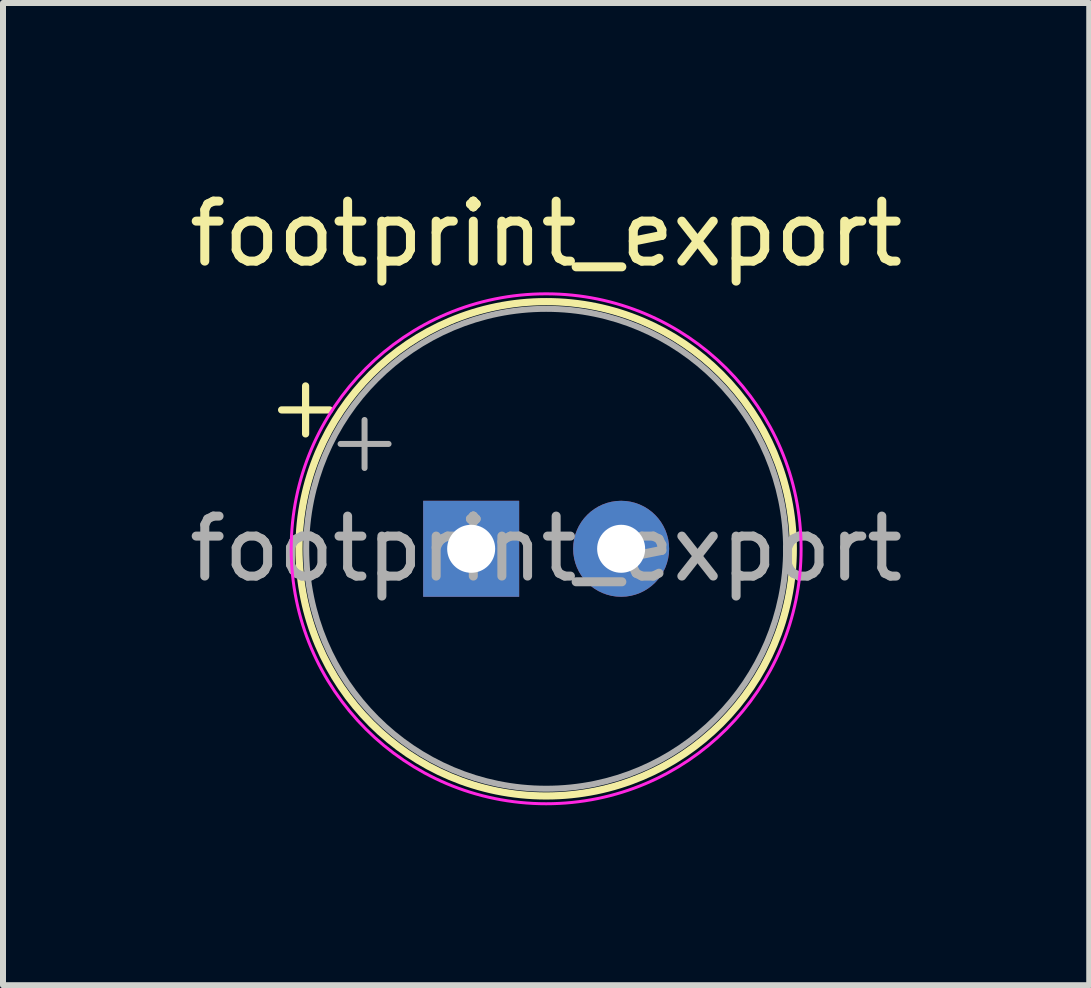
<source format=kicad_pcb>
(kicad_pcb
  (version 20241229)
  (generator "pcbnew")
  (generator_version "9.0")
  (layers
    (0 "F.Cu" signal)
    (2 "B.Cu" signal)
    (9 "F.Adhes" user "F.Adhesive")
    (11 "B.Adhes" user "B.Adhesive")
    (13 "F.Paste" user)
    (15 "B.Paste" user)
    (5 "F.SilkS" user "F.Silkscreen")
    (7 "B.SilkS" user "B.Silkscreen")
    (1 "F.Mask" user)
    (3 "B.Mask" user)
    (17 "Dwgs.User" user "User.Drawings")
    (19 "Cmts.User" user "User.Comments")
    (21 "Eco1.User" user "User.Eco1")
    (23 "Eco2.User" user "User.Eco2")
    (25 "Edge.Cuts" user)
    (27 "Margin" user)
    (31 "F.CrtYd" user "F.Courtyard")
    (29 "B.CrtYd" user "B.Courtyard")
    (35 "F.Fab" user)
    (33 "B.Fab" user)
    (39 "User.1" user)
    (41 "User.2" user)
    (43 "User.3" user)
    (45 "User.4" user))
  (footprint "footprint_export"
    (layer "F.Cu")
    (at 4.804 6.098)
    (property "Reference" "footprint_export" (at 1.25 -5.25 0) (layer "F.SilkS") (effects (font (size 1 1) (thickness 0.15))))
    (attr through_hole)
    (fp_line (start -3.16 -2.315) (end -2.36 -2.315) (stroke (width 0.12) (type solid)) (layer "F.SilkS"))
    (fp_line (start -2.76 -2.715) (end -2.76 -1.915) (stroke (width 0.12) (type solid)) (layer "F.SilkS"))
    (fp_circle (center 1.25 0) (end 5.37 0) (stroke (width 0.12) (type solid)) (fill no) (layer "F.SilkS"))
    (fp_circle (center 1.25 0) (end 5.5 0) (stroke (width 0.05) (type solid)) (fill no) (layer "F.CrtYd"))
    (fp_line (start -2.177 -1.748) (end -1.377 -1.748) (stroke (width 0.1) (type solid)) (layer "F.Fab"))
    (fp_line (start -1.777 -2.147) (end -1.777 -1.347) (stroke (width 0.1) (type solid)) (layer "F.Fab"))
    (fp_circle (center 1.25 0) (end 5.25 0) (stroke (width 0.1) (type solid)) (fill no) (layer "F.Fab"))
    (fp_text user "${REFERENCE}" (at 1.25 0 0) (layer "F.Fab") (effects (font (size 1 1) (thickness 0.15))))
    (pad "1" thru_hole rect (at 0 0) (size 1.6 1.6) (drill 0.8) (layers "*.Cu" "*.Mask"))
    (pad "2" thru_hole circle (at 2.5 0) (size 1.6 1.6) (drill 0.8) (layers "*.Cu" "*.Mask")))
  (gr_rect
    (start -3 -3)
    (end 15.107 13.373)
    (stroke (width 0.1) (type default))
    (fill no)
    (layer "Edge.Cuts")))
</source>
